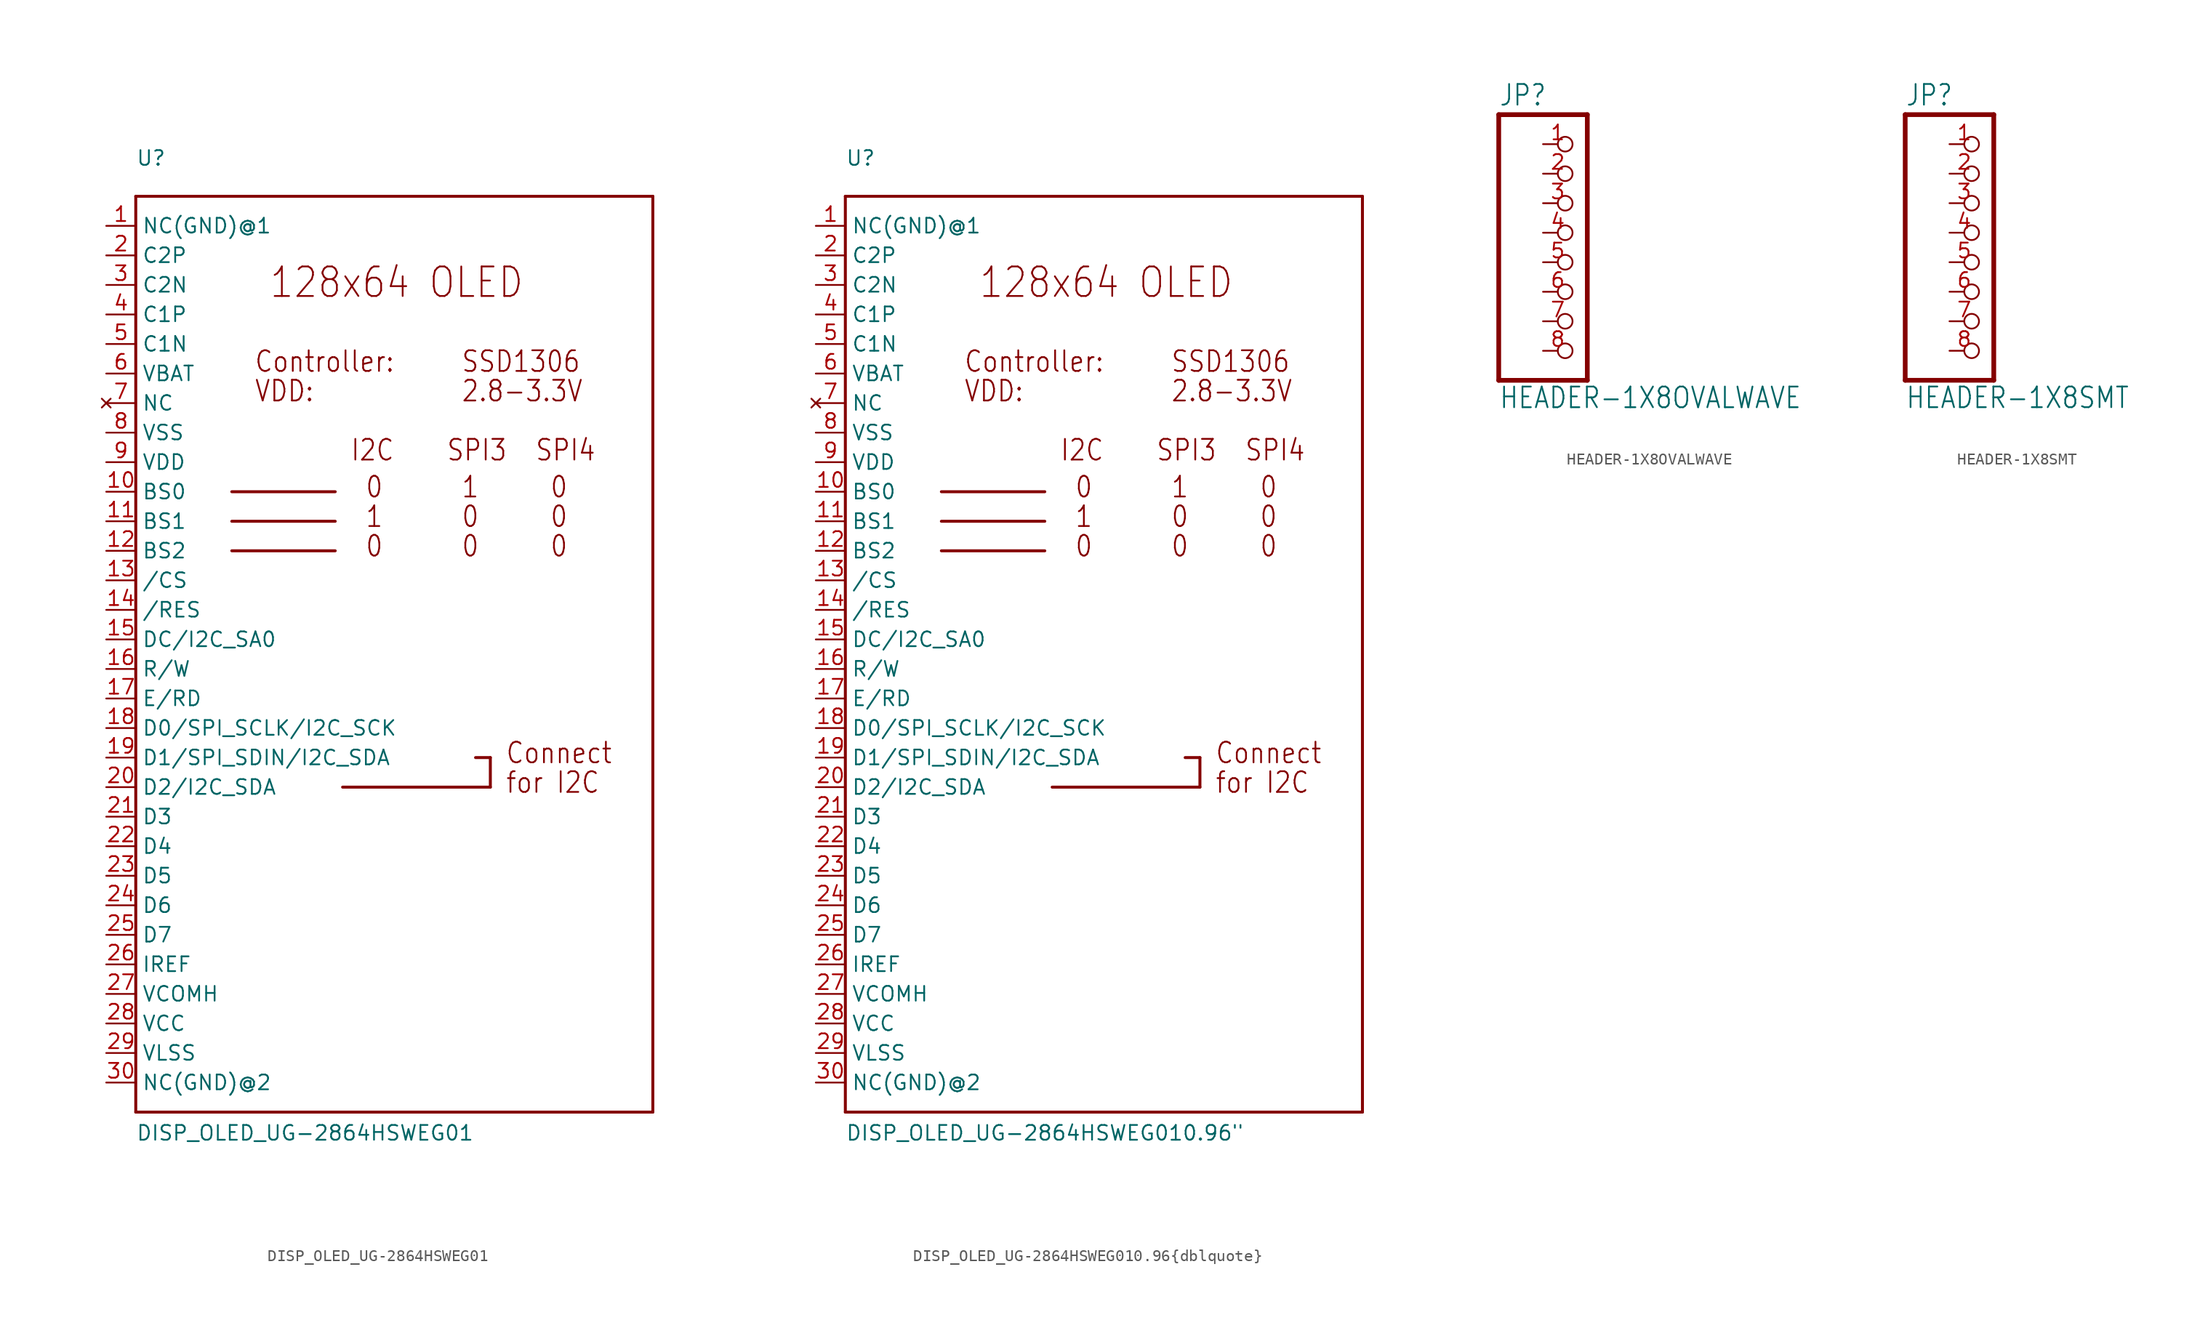
<source format=kicad_sym>
(kicad_symbol_lib
  (version 20211014)
  (generator kicad_symbol_editor)
  (symbol "DISP_OLED_UG-2864HSWEG01"
    (property "Reference" "U"
      (at -22.86 40.64 0)
      (effects (font (size 1.27 1.27)) (justify left bottom)))
    (property "Value" "DISP_OLED_UG-2864HSWEG01"
      (at -22.86 -43.18 0)
      (effects (font (size 1.27 1.27)) (justify left bottom)))
    (property "ki_locked" ""
      (at 0 0 0)
      (effects (font (size 1.27 1.27))))
    (symbol "DISP_OLED_UG-2864HSWEG01_1_0"
      (polyline (pts (xy -22.86 -40.64) (xy -22.86 38.1)) (stroke (width 0.254) (type default) (color 0 0 0 0)) (fill (type none)))
      (polyline (pts (xy -22.86 38.1) (xy 21.59 38.1)) (stroke (width 0.254) (type default) (color 0 0 0 0)) (fill (type none)))
      (polyline (pts (xy -14.605 7.62) (xy -5.715 7.62)) (stroke (width 0.254) (type default) (color 0 0 0 0)) (fill (type none)))
      (polyline (pts (xy -14.605 10.16) (xy -5.715 10.16)) (stroke (width 0.254) (type default) (color 0 0 0 0)) (fill (type none)))
      (polyline (pts (xy -14.605 12.7) (xy -5.715 12.7)) (stroke (width 0.254) (type default) (color 0 0 0 0)) (fill (type none)))
      (polyline (pts (xy 6.35 -10.16) (xy 7.62 -10.16)) (stroke (width 0.254) (type default) (color 0 0 0 0)) (fill (type none)))
      (polyline (pts (xy 7.62 -12.7) (xy -5.08 -12.7)) (stroke (width 0.254) (type default) (color 0 0 0 0)) (fill (type none)))
      (polyline (pts (xy 7.62 -10.16) (xy 7.62 -12.7)) (stroke (width 0.254) (type default) (color 0 0 0 0)) (fill (type none)))
      (polyline (pts (xy 21.59 -40.64) (xy -22.86 -40.64)) (stroke (width 0.254) (type default) (color 0 0 0 0)) (fill (type none)))
      (polyline (pts (xy 21.59 38.1) (xy 21.59 -40.64)) (stroke (width 0.254) (type default) (color 0 0 0 0)) (fill (type none)))
      (text "0" (at -3.175 6.985 0) (effects (font (size 1.778 1.511)) (justify left bottom)))
      (text "0" (at -3.175 12.065 0) (effects (font (size 1.778 1.511)) (justify left bottom)))
      (text "0" (at 5.08 6.985 0) (effects (font (size 1.778 1.511)) (justify left bottom)))
      (text "0" (at 5.08 9.525 0) (effects (font (size 1.778 1.511)) (justify left bottom)))
      (text "0" (at 12.7 6.985 0) (effects (font (size 1.778 1.511)) (justify left bottom)))
      (text "0" (at 12.7 9.525 0) (effects (font (size 1.778 1.511)) (justify left bottom)))
      (text "0" (at 12.7 12.065 0) (effects (font (size 1.778 1.511)) (justify left bottom)))
      (text "1" (at -3.175 9.525 0) (effects (font (size 1.778 1.511)) (justify left bottom)))
      (text "1" (at 5.08 12.065 0) (effects (font (size 1.778 1.511)) (justify left bottom)))
      (text "128x64 OLED" (at -11.43 29.21 0) (effects (font (size 2.54 2.159)) (justify left bottom)))
      (text "2.8-3.3V" (at 5.08 20.32 0) (effects (font (size 1.778 1.511)) (justify left bottom)))
      (text "Connect" (at 8.89 -10.795 0) (effects (font (size 1.778 1.511)) (justify left bottom)))
      (text "Controller:" (at -12.7 22.86 0) (effects (font (size 1.778 1.511)) (justify left bottom)))
      (text "for I2C" (at 8.89 -13.335 0) (effects (font (size 1.778 1.511)) (justify left bottom)))
      (text "I2C" (at -4.445 15.24 0) (effects (font (size 1.778 1.511)) (justify left bottom)))
      (text "SPI3" (at 3.81 15.24 0) (effects (font (size 1.778 1.511)) (justify left bottom)))
      (text "SPI4" (at 11.43 15.24 0) (effects (font (size 1.778 1.511)) (justify left bottom)))
      (text "SSD1306" (at 5.08 22.86 0) (effects (font (size 1.778 1.511)) (justify left bottom)))
      (text "VDD:" (at -12.7 20.32 0) (effects (font (size 1.778 1.511)) (justify left bottom)))
      (pin input line (at -25.4 35.56 0) (length 2.54) (name "NC(GND)@1" (effects (font (size 1.27 1.27)))) (number "1" (effects (font (size 1.27 1.27)))))
      (pin input line (at -25.4 12.7 0) (length 2.54) (name "BS0" (effects (font (size 1.27 1.27)))) (number "10" (effects (font (size 1.27 1.27)))))
      (pin input line (at -25.4 10.16 0) (length 2.54) (name "BS1" (effects (font (size 1.27 1.27)))) (number "11" (effects (font (size 1.27 1.27)))))
      (pin input line (at -25.4 7.62 0) (length 2.54) (name "BS2" (effects (font (size 1.27 1.27)))) (number "12" (effects (font (size 1.27 1.27)))))
      (pin input line (at -25.4 5.08 0) (length 2.54) (name "/CS" (effects (font (size 1.27 1.27)))) (number "13" (effects (font (size 1.27 1.27)))))
      (pin input line (at -25.4 2.54 0) (length 2.54) (name "/RES" (effects (font (size 1.27 1.27)))) (number "14" (effects (font (size 1.27 1.27)))))
      (pin input line (at -25.4 0 0) (length 2.54) (name "DC/I2C_SA0" (effects (font (size 1.27 1.27)))) (number "15" (effects (font (size 1.27 1.27)))))
      (pin input line (at -25.4 -2.54 0) (length 2.54) (name "R/W" (effects (font (size 1.27 1.27)))) (number "16" (effects (font (size 1.27 1.27)))))
      (pin input line (at -25.4 -5.08 0) (length 2.54) (name "E/RD" (effects (font (size 1.27 1.27)))) (number "17" (effects (font (size 1.27 1.27)))))
      (pin bidirectional line (at -25.4 -7.62 0) (length 2.54) (name "D0/SPI_SCLK/I2C_SCK" (effects (font (size 1.27 1.27)))) (number "18" (effects (font (size 1.27 1.27)))))
      (pin bidirectional line (at -25.4 -10.16 0) (length 2.54) (name "D1/SPI_SDIN/I2C_SDA" (effects (font (size 1.27 1.27)))) (number "19" (effects (font (size 1.27 1.27)))))
      (pin input line (at -25.4 33.02 0) (length 2.54) (name "C2P" (effects (font (size 1.27 1.27)))) (number "2" (effects (font (size 1.27 1.27)))))
      (pin bidirectional line (at -25.4 -12.7 0) (length 2.54) (name "D2/I2C_SDA" (effects (font (size 1.27 1.27)))) (number "20" (effects (font (size 1.27 1.27)))))
      (pin bidirectional line (at -25.4 -15.24 0) (length 2.54) (name "D3" (effects (font (size 1.27 1.27)))) (number "21" (effects (font (size 1.27 1.27)))))
      (pin bidirectional line (at -25.4 -17.78 0) (length 2.54) (name "D4" (effects (font (size 1.27 1.27)))) (number "22" (effects (font (size 1.27 1.27)))))
      (pin bidirectional line (at -25.4 -20.32 0) (length 2.54) (name "D5" (effects (font (size 1.27 1.27)))) (number "23" (effects (font (size 1.27 1.27)))))
      (pin bidirectional line (at -25.4 -22.86 0) (length 2.54) (name "D6" (effects (font (size 1.27 1.27)))) (number "24" (effects (font (size 1.27 1.27)))))
      (pin bidirectional line (at -25.4 -25.4 0) (length 2.54) (name "D7" (effects (font (size 1.27 1.27)))) (number "25" (effects (font (size 1.27 1.27)))))
      (pin input line (at -25.4 -27.94 0) (length 2.54) (name "IREF" (effects (font (size 1.27 1.27)))) (number "26" (effects (font (size 1.27 1.27)))))
      (pin output line (at -25.4 -30.48 0) (length 2.54) (name "VCOMH" (effects (font (size 1.27 1.27)))) (number "27" (effects (font (size 1.27 1.27)))))
      (pin power_in line (at -25.4 -33.02 0) (length 2.54) (name "VCC" (effects (font (size 1.27 1.27)))) (number "28" (effects (font (size 1.27 1.27)))))
      (pin power_in line (at -25.4 -35.56 0) (length 2.54) (name "VLSS" (effects (font (size 1.27 1.27)))) (number "29" (effects (font (size 1.27 1.27)))))
      (pin input line (at -25.4 30.48 0) (length 2.54) (name "C2N" (effects (font (size 1.27 1.27)))) (number "3" (effects (font (size 1.27 1.27)))))
      (pin input line (at -25.4 -38.1 0) (length 2.54) (name "NC(GND)@2" (effects (font (size 1.27 1.27)))) (number "30" (effects (font (size 1.27 1.27)))))
      (pin input line (at -25.4 27.94 0) (length 2.54) (name "C1P" (effects (font (size 1.27 1.27)))) (number "4" (effects (font (size 1.27 1.27)))))
      (pin input line (at -25.4 25.4 0) (length 2.54) (name "C1N" (effects (font (size 1.27 1.27)))) (number "5" (effects (font (size 1.27 1.27)))))
      (pin input line (at -25.4 22.86 0) (length 2.54) (name "VBAT" (effects (font (size 1.27 1.27)))) (number "6" (effects (font (size 1.27 1.27)))))
      (pin no_connect line (at -25.4 20.32 0) (length 2.54) (name "NC" (effects (font (size 1.27 1.27)))) (number "7" (effects (font (size 1.27 1.27)))))
      (pin power_in line (at -25.4 17.78 0) (length 2.54) (name "VSS" (effects (font (size 1.27 1.27)))) (number "8" (effects (font (size 1.27 1.27)))))
      (pin power_in line (at -25.4 15.24 0) (length 2.54) (name "VDD" (effects (font (size 1.27 1.27)))) (number "9" (effects (font (size 1.27 1.27)))))))
  (symbol "DISP_OLED_UG-2864HSWEG010.96{dblquote}"
    (property "Reference" "U"
      (at -22.86 40.64 0)
      (effects (font (size 1.27 1.27)) (justify left bottom)))
    (property "Value" "DISP_OLED_UG-2864HSWEG010.96{dblquote}"
      (at -22.86 -43.18 0)
      (effects (font (size 1.27 1.27)) (justify left bottom)))
    (property "ki_locked" ""
      (at 0 0 0)
      (effects (font (size 1.27 1.27))))
    (symbol "DISP_OLED_UG-2864HSWEG010.96{dblquote}_1_0"
      (polyline (pts (xy -22.86 -40.64) (xy -22.86 38.1)) (stroke (width 0.254) (type default) (color 0 0 0 0)) (fill (type none)))
      (polyline (pts (xy -22.86 38.1) (xy 21.59 38.1)) (stroke (width 0.254) (type default) (color 0 0 0 0)) (fill (type none)))
      (polyline (pts (xy -14.605 7.62) (xy -5.715 7.62)) (stroke (width 0.254) (type default) (color 0 0 0 0)) (fill (type none)))
      (polyline (pts (xy -14.605 10.16) (xy -5.715 10.16)) (stroke (width 0.254) (type default) (color 0 0 0 0)) (fill (type none)))
      (polyline (pts (xy -14.605 12.7) (xy -5.715 12.7)) (stroke (width 0.254) (type default) (color 0 0 0 0)) (fill (type none)))
      (polyline (pts (xy 6.35 -10.16) (xy 7.62 -10.16)) (stroke (width 0.254) (type default) (color 0 0 0 0)) (fill (type none)))
      (polyline (pts (xy 7.62 -12.7) (xy -5.08 -12.7)) (stroke (width 0.254) (type default) (color 0 0 0 0)) (fill (type none)))
      (polyline (pts (xy 7.62 -10.16) (xy 7.62 -12.7)) (stroke (width 0.254) (type default) (color 0 0 0 0)) (fill (type none)))
      (polyline (pts (xy 21.59 -40.64) (xy -22.86 -40.64)) (stroke (width 0.254) (type default) (color 0 0 0 0)) (fill (type none)))
      (polyline (pts (xy 21.59 38.1) (xy 21.59 -40.64)) (stroke (width 0.254) (type default) (color 0 0 0 0)) (fill (type none)))
      (text "0" (at -3.175 6.985 0) (effects (font (size 1.778 1.511)) (justify left bottom)))
      (text "0" (at -3.175 12.065 0) (effects (font (size 1.778 1.511)) (justify left bottom)))
      (text "0" (at 5.08 6.985 0) (effects (font (size 1.778 1.511)) (justify left bottom)))
      (text "0" (at 5.08 9.525 0) (effects (font (size 1.778 1.511)) (justify left bottom)))
      (text "0" (at 12.7 6.985 0) (effects (font (size 1.778 1.511)) (justify left bottom)))
      (text "0" (at 12.7 9.525 0) (effects (font (size 1.778 1.511)) (justify left bottom)))
      (text "0" (at 12.7 12.065 0) (effects (font (size 1.778 1.511)) (justify left bottom)))
      (text "1" (at -3.175 9.525 0) (effects (font (size 1.778 1.511)) (justify left bottom)))
      (text "1" (at 5.08 12.065 0) (effects (font (size 1.778 1.511)) (justify left bottom)))
      (text "128x64 OLED" (at -11.43 29.21 0) (effects (font (size 2.54 2.159)) (justify left bottom)))
      (text "2.8-3.3V" (at 5.08 20.32 0) (effects (font (size 1.778 1.511)) (justify left bottom)))
      (text "Connect" (at 8.89 -10.795 0) (effects (font (size 1.778 1.511)) (justify left bottom)))
      (text "Controller:" (at -12.7 22.86 0) (effects (font (size 1.778 1.511)) (justify left bottom)))
      (text "for I2C" (at 8.89 -13.335 0) (effects (font (size 1.778 1.511)) (justify left bottom)))
      (text "I2C" (at -4.445 15.24 0) (effects (font (size 1.778 1.511)) (justify left bottom)))
      (text "SPI3" (at 3.81 15.24 0) (effects (font (size 1.778 1.511)) (justify left bottom)))
      (text "SPI4" (at 11.43 15.24 0) (effects (font (size 1.778 1.511)) (justify left bottom)))
      (text "SSD1306" (at 5.08 22.86 0) (effects (font (size 1.778 1.511)) (justify left bottom)))
      (text "VDD:" (at -12.7 20.32 0) (effects (font (size 1.778 1.511)) (justify left bottom)))
      (pin input line (at -25.4 35.56 0) (length 2.54) (name "NC(GND)@1" (effects (font (size 1.27 1.27)))) (number "1" (effects (font (size 1.27 1.27)))))
      (pin input line (at -25.4 12.7 0) (length 2.54) (name "BS0" (effects (font (size 1.27 1.27)))) (number "10" (effects (font (size 1.27 1.27)))))
      (pin input line (at -25.4 10.16 0) (length 2.54) (name "BS1" (effects (font (size 1.27 1.27)))) (number "11" (effects (font (size 1.27 1.27)))))
      (pin input line (at -25.4 7.62 0) (length 2.54) (name "BS2" (effects (font (size 1.27 1.27)))) (number "12" (effects (font (size 1.27 1.27)))))
      (pin input line (at -25.4 5.08 0) (length 2.54) (name "/CS" (effects (font (size 1.27 1.27)))) (number "13" (effects (font (size 1.27 1.27)))))
      (pin input line (at -25.4 2.54 0) (length 2.54) (name "/RES" (effects (font (size 1.27 1.27)))) (number "14" (effects (font (size 1.27 1.27)))))
      (pin input line (at -25.4 0 0) (length 2.54) (name "DC/I2C_SA0" (effects (font (size 1.27 1.27)))) (number "15" (effects (font (size 1.27 1.27)))))
      (pin input line (at -25.4 -2.54 0) (length 2.54) (name "R/W" (effects (font (size 1.27 1.27)))) (number "16" (effects (font (size 1.27 1.27)))))
      (pin input line (at -25.4 -5.08 0) (length 2.54) (name "E/RD" (effects (font (size 1.27 1.27)))) (number "17" (effects (font (size 1.27 1.27)))))
      (pin bidirectional line (at -25.4 -7.62 0) (length 2.54) (name "D0/SPI_SCLK/I2C_SCK" (effects (font (size 1.27 1.27)))) (number "18" (effects (font (size 1.27 1.27)))))
      (pin bidirectional line (at -25.4 -10.16 0) (length 2.54) (name "D1/SPI_SDIN/I2C_SDA" (effects (font (size 1.27 1.27)))) (number "19" (effects (font (size 1.27 1.27)))))
      (pin input line (at -25.4 33.02 0) (length 2.54) (name "C2P" (effects (font (size 1.27 1.27)))) (number "2" (effects (font (size 1.27 1.27)))))
      (pin bidirectional line (at -25.4 -12.7 0) (length 2.54) (name "D2/I2C_SDA" (effects (font (size 1.27 1.27)))) (number "20" (effects (font (size 1.27 1.27)))))
      (pin bidirectional line (at -25.4 -15.24 0) (length 2.54) (name "D3" (effects (font (size 1.27 1.27)))) (number "21" (effects (font (size 1.27 1.27)))))
      (pin bidirectional line (at -25.4 -17.78 0) (length 2.54) (name "D4" (effects (font (size 1.27 1.27)))) (number "22" (effects (font (size 1.27 1.27)))))
      (pin bidirectional line (at -25.4 -20.32 0) (length 2.54) (name "D5" (effects (font (size 1.27 1.27)))) (number "23" (effects (font (size 1.27 1.27)))))
      (pin bidirectional line (at -25.4 -22.86 0) (length 2.54) (name "D6" (effects (font (size 1.27 1.27)))) (number "24" (effects (font (size 1.27 1.27)))))
      (pin bidirectional line (at -25.4 -25.4 0) (length 2.54) (name "D7" (effects (font (size 1.27 1.27)))) (number "25" (effects (font (size 1.27 1.27)))))
      (pin input line (at -25.4 -27.94 0) (length 2.54) (name "IREF" (effects (font (size 1.27 1.27)))) (number "26" (effects (font (size 1.27 1.27)))))
      (pin output line (at -25.4 -30.48 0) (length 2.54) (name "VCOMH" (effects (font (size 1.27 1.27)))) (number "27" (effects (font (size 1.27 1.27)))))
      (pin power_in line (at -25.4 -33.02 0) (length 2.54) (name "VCC" (effects (font (size 1.27 1.27)))) (number "28" (effects (font (size 1.27 1.27)))))
      (pin power_in line (at -25.4 -35.56 0) (length 2.54) (name "VLSS" (effects (font (size 1.27 1.27)))) (number "29" (effects (font (size 1.27 1.27)))))
      (pin input line (at -25.4 30.48 0) (length 2.54) (name "C2N" (effects (font (size 1.27 1.27)))) (number "3" (effects (font (size 1.27 1.27)))))
      (pin input line (at -25.4 -38.1 0) (length 2.54) (name "NC(GND)@2" (effects (font (size 1.27 1.27)))) (number "30" (effects (font (size 1.27 1.27)))))
      (pin input line (at -25.4 27.94 0) (length 2.54) (name "C1P" (effects (font (size 1.27 1.27)))) (number "4" (effects (font (size 1.27 1.27)))))
      (pin input line (at -25.4 25.4 0) (length 2.54) (name "C1N" (effects (font (size 1.27 1.27)))) (number "5" (effects (font (size 1.27 1.27)))))
      (pin input line (at -25.4 22.86 0) (length 2.54) (name "VBAT" (effects (font (size 1.27 1.27)))) (number "6" (effects (font (size 1.27 1.27)))))
      (pin no_connect line (at -25.4 20.32 0) (length 2.54) (name "NC" (effects (font (size 1.27 1.27)))) (number "7" (effects (font (size 1.27 1.27)))))
      (pin power_in line (at -25.4 17.78 0) (length 2.54) (name "VSS" (effects (font (size 1.27 1.27)))) (number "8" (effects (font (size 1.27 1.27)))))
      (pin power_in line (at -25.4 15.24 0) (length 2.54) (name "VDD" (effects (font (size 1.27 1.27)))) (number "9" (effects (font (size 1.27 1.27)))))))
  (symbol "HEADER-1X8OVALWAVE"
    (property "Reference" "JP"
      (at -6.35 13.335 0)
      (effects (font (size 1.778 1.511)) (justify left bottom)))
    (property "Value" "HEADER-1X8OVALWAVE"
      (at -6.35 -12.7 0)
      (effects (font (size 1.778 1.511)) (justify left bottom)))
    (property "ki_locked" ""
      (at 0 0 0)
      (effects (font (size 1.27 1.27))))
    (symbol "HEADER-1X8OVALWAVE_1_0"
      (polyline (pts (xy -6.35 -10.16) (xy 1.27 -10.16)) (stroke (width 0.406) (type default) (color 0 0 0 0)) (fill (type none)))
      (polyline (pts (xy -6.35 12.7) (xy -6.35 -10.16)) (stroke (width 0.406) (type default) (color 0 0 0 0)) (fill (type none)))
      (polyline (pts (xy 1.27 -10.16) (xy 1.27 12.7)) (stroke (width 0.406) (type default) (color 0 0 0 0)) (fill (type none)))
      (polyline (pts (xy 1.27 12.7) (xy -6.35 12.7)) (stroke (width 0.406) (type default) (color 0 0 0 0)) (fill (type none)))
      (pin passive inverted (at -2.54 10.16 0) (length 2.54) (name "1" (effects (font (size 0 0)))) (number "1" (effects (font (size 1.27 1.27)))))
      (pin passive inverted (at -2.54 7.62 0) (length 2.54) (name "2" (effects (font (size 0 0)))) (number "2" (effects (font (size 1.27 1.27)))))
      (pin passive inverted (at -2.54 5.08 0) (length 2.54) (name "3" (effects (font (size 0 0)))) (number "3" (effects (font (size 1.27 1.27)))))
      (pin passive inverted (at -2.54 2.54 0) (length 2.54) (name "4" (effects (font (size 0 0)))) (number "4" (effects (font (size 1.27 1.27)))))
      (pin passive inverted (at -2.54 0 0) (length 2.54) (name "5" (effects (font (size 0 0)))) (number "5" (effects (font (size 1.27 1.27)))))
      (pin passive inverted (at -2.54 -2.54 0) (length 2.54) (name "6" (effects (font (size 0 0)))) (number "6" (effects (font (size 1.27 1.27)))))
      (pin passive inverted (at -2.54 -5.08 0) (length 2.54) (name "7" (effects (font (size 0 0)))) (number "7" (effects (font (size 1.27 1.27)))))
      (pin passive inverted (at -2.54 -7.62 0) (length 2.54) (name "8" (effects (font (size 0 0)))) (number "8" (effects (font (size 1.27 1.27)))))))
  (symbol "HEADER-1X8SMT"
    (property "Reference" "JP"
      (at -6.35 13.335 0)
      (effects (font (size 1.778 1.511)) (justify left bottom)))
    (property "Value" "HEADER-1X8SMT"
      (at -6.35 -12.7 0)
      (effects (font (size 1.778 1.511)) (justify left bottom)))
    (property "ki_locked" ""
      (at 0 0 0)
      (effects (font (size 1.27 1.27))))
    (symbol "HEADER-1X8SMT_1_0"
      (polyline (pts (xy -6.35 -10.16) (xy 1.27 -10.16)) (stroke (width 0.406) (type default) (color 0 0 0 0)) (fill (type none)))
      (polyline (pts (xy -6.35 12.7) (xy -6.35 -10.16)) (stroke (width 0.406) (type default) (color 0 0 0 0)) (fill (type none)))
      (polyline (pts (xy 1.27 -10.16) (xy 1.27 12.7)) (stroke (width 0.406) (type default) (color 0 0 0 0)) (fill (type none)))
      (polyline (pts (xy 1.27 12.7) (xy -6.35 12.7)) (stroke (width 0.406) (type default) (color 0 0 0 0)) (fill (type none)))
      (pin passive inverted (at -2.54 10.16 0) (length 2.54) (name "1" (effects (font (size 0 0)))) (number "1" (effects (font (size 1.27 1.27)))))
      (pin passive inverted (at -2.54 7.62 0) (length 2.54) (name "2" (effects (font (size 0 0)))) (number "2" (effects (font (size 1.27 1.27)))))
      (pin passive inverted (at -2.54 5.08 0) (length 2.54) (name "3" (effects (font (size 0 0)))) (number "3" (effects (font (size 1.27 1.27)))))
      (pin passive inverted (at -2.54 2.54 0) (length 2.54) (name "4" (effects (font (size 0 0)))) (number "4" (effects (font (size 1.27 1.27)))))
      (pin passive inverted (at -2.54 0 0) (length 2.54) (name "5" (effects (font (size 0 0)))) (number "5" (effects (font (size 1.27 1.27)))))
      (pin passive inverted (at -2.54 -2.54 0) (length 2.54) (name "6" (effects (font (size 0 0)))) (number "6" (effects (font (size 1.27 1.27)))))
      (pin passive inverted (at -2.54 -5.08 0) (length 2.54) (name "7" (effects (font (size 0 0)))) (number "7" (effects (font (size 1.27 1.27)))))
      (pin passive inverted (at -2.54 -7.62 0) (length 2.54) (name "8" (effects (font (size 0 0)))) (number "8" (effects (font (size 1.27 1.27))))))))
</source>
